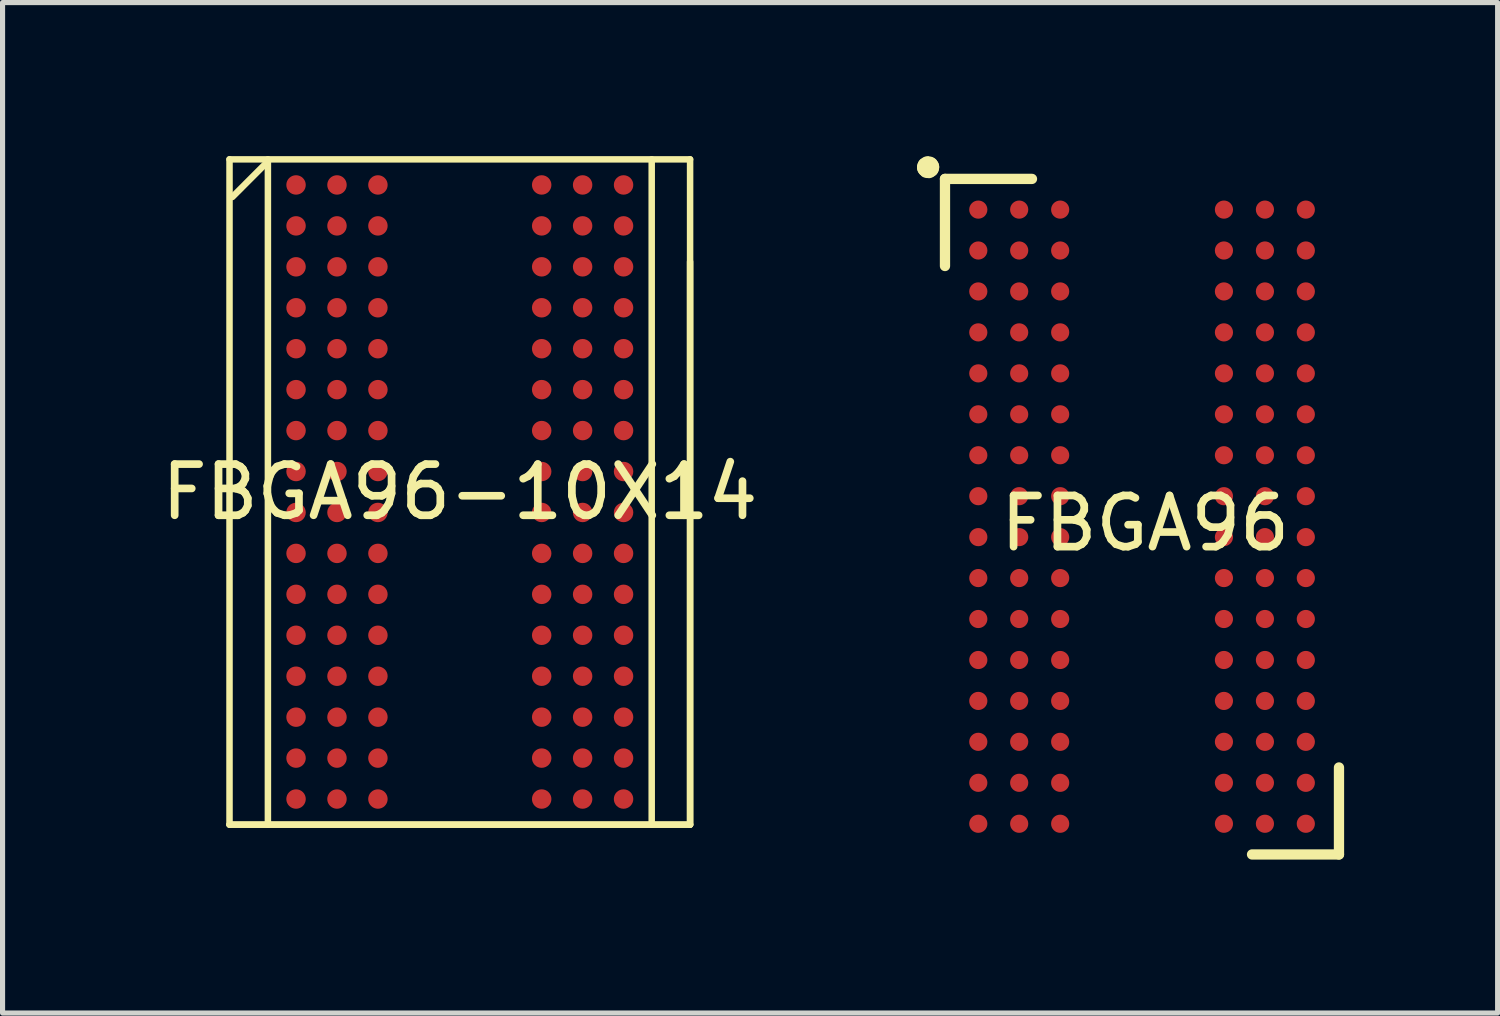
<source format=kicad_pcb>
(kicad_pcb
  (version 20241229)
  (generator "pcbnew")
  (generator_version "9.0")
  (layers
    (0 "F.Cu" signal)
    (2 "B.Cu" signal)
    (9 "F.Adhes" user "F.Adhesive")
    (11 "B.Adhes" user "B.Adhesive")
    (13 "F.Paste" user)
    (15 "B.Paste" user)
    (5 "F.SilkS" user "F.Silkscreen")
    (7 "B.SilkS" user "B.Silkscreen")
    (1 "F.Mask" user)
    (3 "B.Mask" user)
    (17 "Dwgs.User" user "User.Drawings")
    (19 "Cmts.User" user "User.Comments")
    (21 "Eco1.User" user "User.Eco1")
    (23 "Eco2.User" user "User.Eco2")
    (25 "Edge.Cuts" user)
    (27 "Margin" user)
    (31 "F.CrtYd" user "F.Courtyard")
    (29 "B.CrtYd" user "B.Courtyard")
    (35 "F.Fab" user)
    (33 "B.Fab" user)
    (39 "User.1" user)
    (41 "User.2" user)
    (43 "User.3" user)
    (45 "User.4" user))
  (footprint "FBGA96"
    (layer "F.Cu")
    (at 19.328 7.177)
    (property "Reference" "FBGA96" (at 0 0 0) (layer "F.SilkS") (effects (font (size 1 1) (thickness 0.15))))
    (fp_line (start -3.912 -6.731) (end -2.212 -6.731) (stroke (width 0.201) (type default)) (layer "F.SilkS"))
    (fp_line (start -3.912 -5.029) (end -3.912 -6.731) (stroke (width 0.201) (type default)) (layer "F.SilkS"))
    (fp_line (start 3.787 4.77) (end 3.787 6.47) (stroke (width 0.201) (type default)) (layer "F.SilkS"))
    (fp_line (start 3.787 6.47) (end 2.088 6.47) (stroke (width 0.201) (type default)) (layer "F.SilkS"))
    (fp_arc (start -4.2595 -6.962) (mid -4.240747 -6.977133) (end -4.2245 -6.9595) (stroke (width 0.399) (type default)) (layer "F.SilkS"))
    (fp_arc (start -4.2245 -6.9595) (mid -4.241005 -6.942028) (end -4.2595 -6.9575) (stroke (width 0.399) (type default)) (layer "F.SilkS"))
    (fp_line (start -0.056 -0.231) (end -0.005 -0.282) (stroke (width 0.013) (type default)) (layer "Eco2.User"))
    (pad "A1" smd circle (at -3.261 -6.131) (size 0.355 0.355) (layers "F.Cu" "F.Mask" "F.Paste"))
    (pad "A2" smd circle (at -2.462 -6.131) (size 0.355 0.355) (layers "F.Cu" "F.Mask" "F.Paste"))
    (pad "A3" smd circle (at -1.661 -6.131) (size 0.355 0.355) (layers "F.Cu" "F.Mask" "F.Paste"))
    (pad "A7" smd circle (at 1.539 -6.131) (size 0.355 0.355) (layers "F.Cu" "F.Mask" "F.Paste"))
    (pad "A8" smd circle (at 2.34 -6.131) (size 0.355 0.355) (layers "F.Cu" "F.Mask" "F.Paste"))
    (pad "A9" smd circle (at 3.139 -6.131) (size 0.355 0.355) (layers "F.Cu" "F.Mask" "F.Paste"))
    (pad "B1" smd circle (at -3.261 -5.332) (size 0.355 0.355) (layers "F.Cu" "F.Mask" "F.Paste"))
    (pad "B2" smd circle (at -2.462 -5.332) (size 0.355 0.355) (layers "F.Cu" "F.Mask" "F.Paste"))
    (pad "B3" smd circle (at -1.661 -5.332) (size 0.355 0.355) (layers "F.Cu" "F.Mask" "F.Paste"))
    (pad "B7" smd circle (at 1.539 -5.332) (size 0.355 0.355) (layers "F.Cu" "F.Mask" "F.Paste"))
    (pad "B8" smd circle (at 2.34 -5.332) (size 0.355 0.355) (layers "F.Cu" "F.Mask" "F.Paste"))
    (pad "B9" smd circle (at 3.139 -5.332) (size 0.355 0.355) (layers "F.Cu" "F.Mask" "F.Paste"))
    (pad "C1" smd circle (at -3.261 -4.532) (size 0.355 0.355) (layers "F.Cu" "F.Mask" "F.Paste"))
    (pad "C2" smd circle (at -2.462 -4.532) (size 0.355 0.355) (layers "F.Cu" "F.Mask" "F.Paste"))
    (pad "C3" smd circle (at -1.661 -4.532) (size 0.355 0.355) (layers "F.Cu" "F.Mask" "F.Paste"))
    (pad "C7" smd circle (at 1.539 -4.532) (size 0.355 0.355) (layers "F.Cu" "F.Mask" "F.Paste"))
    (pad "C8" smd circle (at 2.34 -4.532) (size 0.355 0.355) (layers "F.Cu" "F.Mask" "F.Paste"))
    (pad "C9" smd circle (at 3.139 -4.532) (size 0.355 0.355) (layers "F.Cu" "F.Mask" "F.Paste"))
    (pad "D1" smd circle (at -3.261 -3.732) (size 0.355 0.355) (layers "F.Cu" "F.Mask" "F.Paste"))
    (pad "D2" smd circle (at -2.462 -3.732) (size 0.355 0.355) (layers "F.Cu" "F.Mask" "F.Paste"))
    (pad "D3" smd circle (at -1.661 -3.732) (size 0.355 0.355) (layers "F.Cu" "F.Mask" "F.Paste"))
    (pad "D7" smd circle (at 1.539 -3.732) (size 0.355 0.355) (layers "F.Cu" "F.Mask" "F.Paste"))
    (pad "D8" smd circle (at 2.34 -3.732) (size 0.355 0.355) (layers "F.Cu" "F.Mask" "F.Paste"))
    (pad "D9" smd circle (at 3.139 -3.732) (size 0.355 0.355) (layers "F.Cu" "F.Mask" "F.Paste"))
    (pad "E1" smd circle (at -3.261 -2.931) (size 0.355 0.355) (layers "F.Cu" "F.Mask" "F.Paste"))
    (pad "E2" smd circle (at -2.462 -2.931) (size 0.355 0.355) (layers "F.Cu" "F.Mask" "F.Paste"))
    (pad "E3" smd circle (at -1.661 -2.931) (size 0.355 0.355) (layers "F.Cu" "F.Mask" "F.Paste"))
    (pad "E7" smd circle (at 1.539 -2.931) (size 0.355 0.355) (layers "F.Cu" "F.Mask" "F.Paste"))
    (pad "E8" smd circle (at 2.34 -2.931) (size 0.355 0.355) (layers "F.Cu" "F.Mask" "F.Paste"))
    (pad "E9" smd circle (at 3.139 -2.931) (size 0.355 0.355) (layers "F.Cu" "F.Mask" "F.Paste"))
    (pad "F1" smd circle (at -3.261 -2.131) (size 0.355 0.355) (layers "F.Cu" "F.Mask" "F.Paste"))
    (pad "F2" smd circle (at -2.462 -2.131) (size 0.355 0.355) (layers "F.Cu" "F.Mask" "F.Paste"))
    (pad "F3" smd circle (at -1.661 -2.131) (size 0.355 0.355) (layers "F.Cu" "F.Mask" "F.Paste"))
    (pad "F7" smd circle (at 1.539 -2.131) (size 0.355 0.355) (layers "F.Cu" "F.Mask" "F.Paste"))
    (pad "F8" smd circle (at 2.34 -2.131) (size 0.355 0.355) (layers "F.Cu" "F.Mask" "F.Paste"))
    (pad "F9" smd circle (at 3.139 -2.131) (size 0.355 0.355) (layers "F.Cu" "F.Mask" "F.Paste"))
    (pad "G1" smd circle (at -3.261 -1.331) (size 0.355 0.355) (layers "F.Cu" "F.Mask" "F.Paste"))
    (pad "G2" smd circle (at -2.462 -1.331) (size 0.355 0.355) (layers "F.Cu" "F.Mask" "F.Paste"))
    (pad "G3" smd circle (at -1.661 -1.331) (size 0.355 0.355) (layers "F.Cu" "F.Mask" "F.Paste"))
    (pad "G7" smd circle (at 1.539 -1.331) (size 0.355 0.355) (layers "F.Cu" "F.Mask" "F.Paste"))
    (pad "G8" smd circle (at 2.34 -1.331) (size 0.355 0.355) (layers "F.Cu" "F.Mask" "F.Paste"))
    (pad "G9" smd circle (at 3.139 -1.331) (size 0.355 0.355) (layers "F.Cu" "F.Mask" "F.Paste"))
    (pad "H1" smd circle (at -3.261 -0.531) (size 0.355 0.355) (layers "F.Cu" "F.Mask" "F.Paste"))
    (pad "H2" smd circle (at -2.462 -0.531) (size 0.355 0.355) (layers "F.Cu" "F.Mask" "F.Paste"))
    (pad "H3" smd circle (at -1.661 -0.531) (size 0.355 0.355) (layers "F.Cu" "F.Mask" "F.Paste"))
    (pad "H7" smd circle (at 1.539 -0.531) (size 0.355 0.355) (layers "F.Cu" "F.Mask" "F.Paste"))
    (pad "H8" smd circle (at 2.34 -0.531) (size 0.355 0.355) (layers "F.Cu" "F.Mask" "F.Paste"))
    (pad "H9" smd circle (at 3.139 -0.531) (size 0.355 0.355) (layers "F.Cu" "F.Mask" "F.Paste"))
    (pad "J1" smd circle (at -3.261 0.269) (size 0.355 0.355) (layers "F.Cu" "F.Mask" "F.Paste"))
    (pad "J2" smd circle (at -2.462 0.269) (size 0.355 0.355) (layers "F.Cu" "F.Mask" "F.Paste"))
    (pad "J3" smd circle (at -1.661 0.269) (size 0.355 0.355) (layers "F.Cu" "F.Mask" "F.Paste"))
    (pad "J7" smd circle (at 1.539 0.269) (size 0.355 0.355) (layers "F.Cu" "F.Mask" "F.Paste"))
    (pad "J8" smd circle (at 2.34 0.269) (size 0.355 0.355) (layers "F.Cu" "F.Mask" "F.Paste"))
    (pad "J9" smd circle (at 3.139 0.269) (size 0.355 0.355) (layers "F.Cu" "F.Mask" "F.Paste"))
    (pad "K1" smd circle (at -3.261 1.069) (size 0.355 0.355) (layers "F.Cu" "F.Mask" "F.Paste"))
    (pad "K2" smd circle (at -2.462 1.069) (size 0.355 0.355) (layers "F.Cu" "F.Mask" "F.Paste"))
    (pad "K3" smd circle (at -1.661 1.069) (size 0.355 0.355) (layers "F.Cu" "F.Mask" "F.Paste"))
    (pad "K7" smd circle (at 1.539 1.069) (size 0.355 0.355) (layers "F.Cu" "F.Mask" "F.Paste"))
    (pad "K8" smd circle (at 2.34 1.069) (size 0.355 0.355) (layers "F.Cu" "F.Mask" "F.Paste"))
    (pad "K9" smd circle (at 3.139 1.069) (size 0.355 0.355) (layers "F.Cu" "F.Mask" "F.Paste"))
    (pad "L1" smd circle (at -3.261 1.869) (size 0.355 0.355) (layers "F.Cu" "F.Mask" "F.Paste"))
    (pad "L2" smd circle (at -2.462 1.869) (size 0.355 0.355) (layers "F.Cu" "F.Mask" "F.Paste"))
    (pad "L3" smd circle (at -1.661 1.869) (size 0.355 0.355) (layers "F.Cu" "F.Mask" "F.Paste"))
    (pad "L7" smd circle (at 1.539 1.869) (size 0.355 0.355) (layers "F.Cu" "F.Mask" "F.Paste"))
    (pad "L8" smd circle (at 2.34 1.869) (size 0.355 0.355) (layers "F.Cu" "F.Mask" "F.Paste"))
    (pad "L9" smd circle (at 3.139 1.869) (size 0.355 0.355) (layers "F.Cu" "F.Mask" "F.Paste"))
    (pad "M1" smd circle (at -3.261 2.67) (size 0.355 0.355) (layers "F.Cu" "F.Mask" "F.Paste"))
    (pad "M2" smd circle (at -2.462 2.67) (size 0.355 0.355) (layers "F.Cu" "F.Mask" "F.Paste"))
    (pad "M3" smd circle (at -1.661 2.67) (size 0.355 0.355) (layers "F.Cu" "F.Mask" "F.Paste"))
    (pad "M7" smd circle (at 1.539 2.67) (size 0.355 0.355) (layers "F.Cu" "F.Mask" "F.Paste"))
    (pad "M8" smd circle (at 2.34 2.67) (size 0.355 0.355) (layers "F.Cu" "F.Mask" "F.Paste"))
    (pad "M9" smd circle (at 3.139 2.67) (size 0.355 0.355) (layers "F.Cu" "F.Mask" "F.Paste"))
    (pad "N1" smd circle (at -3.261 3.47) (size 0.355 0.355) (layers "F.Cu" "F.Mask" "F.Paste"))
    (pad "N2" smd circle (at -2.462 3.47) (size 0.355 0.355) (layers "F.Cu" "F.Mask" "F.Paste"))
    (pad "N3" smd circle (at -1.661 3.47) (size 0.355 0.355) (layers "F.Cu" "F.Mask" "F.Paste"))
    (pad "N7" smd circle (at 1.539 3.47) (size 0.355 0.355) (layers "F.Cu" "F.Mask" "F.Paste"))
    (pad "N8" smd circle (at 2.34 3.47) (size 0.355 0.355) (layers "F.Cu" "F.Mask" "F.Paste"))
    (pad "N9" smd circle (at 3.139 3.47) (size 0.355 0.355) (layers "F.Cu" "F.Mask" "F.Paste"))
    (pad "P1" smd circle (at -3.261 4.269) (size 0.355 0.355) (layers "F.Cu" "F.Mask" "F.Paste"))
    (pad "P2" smd circle (at -2.462 4.269) (size 0.355 0.355) (layers "F.Cu" "F.Mask" "F.Paste"))
    (pad "P3" smd circle (at -1.661 4.269) (size 0.355 0.355) (layers "F.Cu" "F.Mask" "F.Paste"))
    (pad "P7" smd circle (at 1.539 4.269) (size 0.355 0.355) (layers "F.Cu" "F.Mask" "F.Paste"))
    (pad "P8" smd circle (at 2.34 4.269) (size 0.355 0.355) (layers "F.Cu" "F.Mask" "F.Paste"))
    (pad "P9" smd circle (at 3.139 4.269) (size 0.355 0.355) (layers "F.Cu" "F.Mask" "F.Paste"))
    (pad "R1" smd circle (at -3.261 5.07) (size 0.355 0.355) (layers "F.Cu" "F.Mask" "F.Paste"))
    (pad "R2" smd circle (at -2.462 5.07) (size 0.355 0.355) (layers "F.Cu" "F.Mask" "F.Paste"))
    (pad "R3" smd circle (at -1.661 5.07) (size 0.355 0.355) (layers "F.Cu" "F.Mask" "F.Paste"))
    (pad "R7" smd circle (at 1.539 5.07) (size 0.355 0.355) (layers "F.Cu" "F.Mask" "F.Paste"))
    (pad "R8" smd circle (at 2.34 5.07) (size 0.355 0.355) (layers "F.Cu" "F.Mask" "F.Paste"))
    (pad "R9" smd circle (at 3.139 5.07) (size 0.355 0.355) (layers "F.Cu" "F.Mask" "F.Paste"))
    (pad "T1" smd circle (at -3.261 5.87) (size 0.355 0.355) (layers "F.Cu" "F.Mask" "F.Paste"))
    (pad "T2" smd circle (at -2.462 5.87) (size 0.355 0.355) (layers "F.Cu" "F.Mask" "F.Paste"))
    (pad "T3" smd circle (at -1.661 5.87) (size 0.355 0.355) (layers "F.Cu" "F.Mask" "F.Paste"))
    (pad "T7" smd circle (at 1.539 5.87) (size 0.355 0.355) (layers "F.Cu" "F.Mask" "F.Paste"))
    (pad "T8" smd circle (at 2.34 5.87) (size 0.355 0.355) (layers "F.Cu" "F.Mask" "F.Paste"))
    (pad "T9" smd circle (at 3.139 5.87) (size 0.355 0.355) (layers "F.Cu" "F.Mask" "F.Paste")))
  (footprint "FBGA96-10X14"
    (layer "F.Cu")
    (at 5.935 6.564)
    (property "Reference" "FBGA96-10X14" (at 0 0 0) (layer "F.SilkS") (effects (font (size 1 1) (thickness 0.15))))
    (fp_line (start -4.5 -6.5) (end -4.5 6.5) (stroke (width 0.127) (type default)) (layer "F.SilkS"))
    (fp_line (start -3.784 -6.426) (end -4.444 -5.765) (stroke (width 0.127) (type default)) (layer "F.SilkS"))
    (fp_line (start -3.75 -6.5) (end -3.75 6.5) (stroke (width 0.127) (type default)) (layer "F.SilkS"))
    (fp_line (start 3.75 -6.5) (end 3.75 6.5) (stroke (width 0.127) (type default)) (layer "F.SilkS"))
    (fp_line (start 4.5 -6.5) (end -4.5 -6.5) (stroke (width 0.127) (type default)) (layer "F.SilkS"))
    (fp_line (start 4.5 -6.5) (end 4.5 6.5) (stroke (width 0.127) (type default)) (layer "F.SilkS"))
    (fp_line (start 4.5 -4.5) (end 4.5 6.5) (stroke (width 0.127) (type default)) (layer "F.SilkS"))
    (fp_line (start 4.5 6.5) (end -4.5 6.5) (stroke (width 0.127) (type default)) (layer "F.SilkS"))
    (fp_line (start 4.5 6.5) (end -4.5 6.5) (stroke (width 0.127) (type default)) (layer "F.SilkS"))
    (pad "A1" smd circle (at -3.2 -6) (size 0.38 0.38) (layers "F.Cu" "F.Mask" "F.Paste"))
    (pad "A2" smd circle (at -2.4 -6) (size 0.38 0.38) (layers "F.Cu" "F.Mask" "F.Paste"))
    (pad "A3" smd circle (at -1.6 -6) (size 0.38 0.38) (layers "F.Cu" "F.Mask" "F.Paste"))
    (pad "A7" smd circle (at 1.6 -6) (size 0.38 0.38) (layers "F.Cu" "F.Mask" "F.Paste"))
    (pad "A8" smd circle (at 2.4 -6) (size 0.38 0.38) (layers "F.Cu" "F.Mask" "F.Paste"))
    (pad "A9" smd circle (at 3.2 -6) (size 0.38 0.38) (layers "F.Cu" "F.Mask" "F.Paste"))
    (pad "B1" smd circle (at -3.2 -5.2) (size 0.38 0.38) (layers "F.Cu" "F.Mask" "F.Paste"))
    (pad "B2" smd circle (at -2.4 -5.2) (size 0.38 0.38) (layers "F.Cu" "F.Mask" "F.Paste"))
    (pad "B3" smd circle (at -1.6 -5.2) (size 0.38 0.38) (layers "F.Cu" "F.Mask" "F.Paste"))
    (pad "B7" smd circle (at 1.6 -5.2) (size 0.38 0.38) (layers "F.Cu" "F.Mask" "F.Paste"))
    (pad "B8" smd circle (at 2.4 -5.2) (size 0.38 0.38) (layers "F.Cu" "F.Mask" "F.Paste"))
    (pad "B9" smd circle (at 3.2 -5.2) (size 0.38 0.38) (layers "F.Cu" "F.Mask" "F.Paste"))
    (pad "C1" smd circle (at -3.2 -4.4) (size 0.38 0.38) (layers "F.Cu" "F.Mask" "F.Paste"))
    (pad "C2" smd circle (at -2.4 -4.4) (size 0.38 0.38) (layers "F.Cu" "F.Mask" "F.Paste"))
    (pad "C3" smd circle (at -1.6 -4.4) (size 0.38 0.38) (layers "F.Cu" "F.Mask" "F.Paste"))
    (pad "C7" smd circle (at 1.6 -4.4) (size 0.38 0.38) (layers "F.Cu" "F.Mask" "F.Paste"))
    (pad "C8" smd circle (at 2.4 -4.4) (size 0.38 0.38) (layers "F.Cu" "F.Mask" "F.Paste"))
    (pad "C9" smd circle (at 3.2 -4.4) (size 0.38 0.38) (layers "F.Cu" "F.Mask" "F.Paste"))
    (pad "D1" smd circle (at -3.2 -3.6) (size 0.38 0.38) (layers "F.Cu" "F.Mask" "F.Paste"))
    (pad "D2" smd circle (at -2.4 -3.6) (size 0.38 0.38) (layers "F.Cu" "F.Mask" "F.Paste"))
    (pad "D3" smd circle (at -1.6 -3.6) (size 0.38 0.38) (layers "F.Cu" "F.Mask" "F.Paste"))
    (pad "D7" smd circle (at 1.6 -3.6) (size 0.38 0.38) (layers "F.Cu" "F.Mask" "F.Paste"))
    (pad "D8" smd circle (at 2.4 -3.6) (size 0.38 0.38) (layers "F.Cu" "F.Mask" "F.Paste"))
    (pad "D9" smd circle (at 3.2 -3.6) (size 0.38 0.38) (layers "F.Cu" "F.Mask" "F.Paste"))
    (pad "E1" smd circle (at -3.2 -2.8) (size 0.38 0.38) (layers "F.Cu" "F.Mask" "F.Paste"))
    (pad "E2" smd circle (at -2.4 -2.8) (size 0.38 0.38) (layers "F.Cu" "F.Mask" "F.Paste"))
    (pad "E3" smd circle (at -1.6 -2.8) (size 0.38 0.38) (layers "F.Cu" "F.Mask" "F.Paste"))
    (pad "E7" smd circle (at 1.6 -2.8) (size 0.38 0.38) (layers "F.Cu" "F.Mask" "F.Paste"))
    (pad "E8" smd circle (at 2.4 -2.8) (size 0.38 0.38) (layers "F.Cu" "F.Mask" "F.Paste"))
    (pad "E9" smd circle (at 3.2 -2.8) (size 0.38 0.38) (layers "F.Cu" "F.Mask" "F.Paste"))
    (pad "F1" smd circle (at -3.2 -2) (size 0.38 0.38) (layers "F.Cu" "F.Mask" "F.Paste"))
    (pad "F2" smd circle (at -2.4 -2) (size 0.38 0.38) (layers "F.Cu" "F.Mask" "F.Paste"))
    (pad "F3" smd circle (at -1.6 -2) (size 0.38 0.38) (layers "F.Cu" "F.Mask" "F.Paste"))
    (pad "F7" smd circle (at 1.6 -2) (size 0.38 0.38) (layers "F.Cu" "F.Mask" "F.Paste"))
    (pad "F8" smd circle (at 2.4 -2) (size 0.38 0.38) (layers "F.Cu" "F.Mask" "F.Paste"))
    (pad "F9" smd circle (at 3.2 -2) (size 0.38 0.38) (layers "F.Cu" "F.Mask" "F.Paste"))
    (pad "G1" smd circle (at -3.2 -1.2) (size 0.38 0.38) (layers "F.Cu" "F.Mask" "F.Paste"))
    (pad "G2" smd circle (at -2.4 -1.2) (size 0.38 0.38) (layers "F.Cu" "F.Mask" "F.Paste"))
    (pad "G3" smd circle (at -1.6 -1.2) (size 0.38 0.38) (layers "F.Cu" "F.Mask" "F.Paste"))
    (pad "G7" smd circle (at 1.6 -1.2) (size 0.38 0.38) (layers "F.Cu" "F.Mask" "F.Paste"))
    (pad "G8" smd circle (at 2.4 -1.2) (size 0.38 0.38) (layers "F.Cu" "F.Mask" "F.Paste"))
    (pad "G9" smd circle (at 3.2 -1.2) (size 0.38 0.38) (layers "F.Cu" "F.Mask" "F.Paste"))
    (pad "H1" smd circle (at -3.2 -0.4) (size 0.38 0.38) (layers "F.Cu" "F.Mask" "F.Paste"))
    (pad "H2" smd circle (at -2.4 -0.4) (size 0.38 0.38) (layers "F.Cu" "F.Mask" "F.Paste"))
    (pad "H3" smd circle (at -1.6 -0.4) (size 0.38 0.38) (layers "F.Cu" "F.Mask" "F.Paste"))
    (pad "H7" smd circle (at 1.6 -0.4) (size 0.38 0.38) (layers "F.Cu" "F.Mask" "F.Paste"))
    (pad "H8" smd circle (at 2.4 -0.4) (size 0.38 0.38) (layers "F.Cu" "F.Mask" "F.Paste"))
    (pad "H9" smd circle (at 3.2 -0.4) (size 0.38 0.38) (layers "F.Cu" "F.Mask" "F.Paste"))
    (pad "J1" smd circle (at -3.2 0.4) (size 0.38 0.38) (layers "F.Cu" "F.Mask" "F.Paste"))
    (pad "J2" smd circle (at -2.4 0.4) (size 0.38 0.38) (layers "F.Cu" "F.Mask" "F.Paste"))
    (pad "J3" smd circle (at -1.6 0.4) (size 0.38 0.38) (layers "F.Cu" "F.Mask" "F.Paste"))
    (pad "J7" smd circle (at 1.6 0.4) (size 0.38 0.38) (layers "F.Cu" "F.Mask" "F.Paste"))
    (pad "J8" smd circle (at 2.4 0.4) (size 0.38 0.38) (layers "F.Cu" "F.Mask" "F.Paste"))
    (pad "J9" smd circle (at 3.2 0.4) (size 0.38 0.38) (layers "F.Cu" "F.Mask" "F.Paste"))
    (pad "K1" smd circle (at -3.2 1.2) (size 0.38 0.38) (layers "F.Cu" "F.Mask" "F.Paste"))
    (pad "K2" smd circle (at -2.4 1.2) (size 0.38 0.38) (layers "F.Cu" "F.Mask" "F.Paste"))
    (pad "K3" smd circle (at -1.6 1.2) (size 0.38 0.38) (layers "F.Cu" "F.Mask" "F.Paste"))
    (pad "K7" smd circle (at 1.6 1.2) (size 0.38 0.38) (layers "F.Cu" "F.Mask" "F.Paste"))
    (pad "K8" smd circle (at 2.4 1.2) (size 0.38 0.38) (layers "F.Cu" "F.Mask" "F.Paste"))
    (pad "K9" smd circle (at 3.2 1.2) (size 0.38 0.38) (layers "F.Cu" "F.Mask" "F.Paste"))
    (pad "L1" smd circle (at -3.2 2) (size 0.38 0.38) (layers "F.Cu" "F.Mask" "F.Paste"))
    (pad "L2" smd circle (at -2.4 2) (size 0.38 0.38) (layers "F.Cu" "F.Mask" "F.Paste"))
    (pad "L3" smd circle (at -1.6 2) (size 0.38 0.38) (layers "F.Cu" "F.Mask" "F.Paste"))
    (pad "L7" smd circle (at 1.6 2) (size 0.38 0.38) (layers "F.Cu" "F.Mask" "F.Paste"))
    (pad "L8" smd circle (at 2.4 2) (size 0.38 0.38) (layers "F.Cu" "F.Mask" "F.Paste"))
    (pad "L9" smd circle (at 3.2 2) (size 0.38 0.38) (layers "F.Cu" "F.Mask" "F.Paste"))
    (pad "M1" smd circle (at -3.2 2.8) (size 0.38 0.38) (layers "F.Cu" "F.Mask" "F.Paste"))
    (pad "M2" smd circle (at -2.4 2.8) (size 0.38 0.38) (layers "F.Cu" "F.Mask" "F.Paste"))
    (pad "M3" smd circle (at -1.6 2.8) (size 0.38 0.38) (layers "F.Cu" "F.Mask" "F.Paste"))
    (pad "M7" smd circle (at 1.6 2.8) (size 0.38 0.38) (layers "F.Cu" "F.Mask" "F.Paste"))
    (pad "M8" smd circle (at 2.4 2.8) (size 0.38 0.38) (layers "F.Cu" "F.Mask" "F.Paste"))
    (pad "M9" smd circle (at 3.2 2.8) (size 0.38 0.38) (layers "F.Cu" "F.Mask" "F.Paste"))
    (pad "N1" smd circle (at -3.2 3.6) (size 0.38 0.38) (layers "F.Cu" "F.Mask" "F.Paste"))
    (pad "N2" smd circle (at -2.4 3.6) (size 0.38 0.38) (layers "F.Cu" "F.Mask" "F.Paste"))
    (pad "N3" smd circle (at -1.6 3.6) (size 0.38 0.38) (layers "F.Cu" "F.Mask" "F.Paste"))
    (pad "N7" smd circle (at 1.6 3.6) (size 0.38 0.38) (layers "F.Cu" "F.Mask" "F.Paste"))
    (pad "N8" smd circle (at 2.4 3.6) (size 0.38 0.38) (layers "F.Cu" "F.Mask" "F.Paste"))
    (pad "N9" smd circle (at 3.2 3.6) (size 0.38 0.38) (layers "F.Cu" "F.Mask" "F.Paste"))
    (pad "P1" smd circle (at -3.2 4.4) (size 0.38 0.38) (layers "F.Cu" "F.Mask" "F.Paste"))
    (pad "P2" smd circle (at -2.4 4.4) (size 0.38 0.38) (layers "F.Cu" "F.Mask" "F.Paste"))
    (pad "P3" smd circle (at -1.6 4.4) (size 0.38 0.38) (layers "F.Cu" "F.Mask" "F.Paste"))
    (pad "P7" smd circle (at 1.6 4.4) (size 0.38 0.38) (layers "F.Cu" "F.Mask" "F.Paste"))
    (pad "P8" smd circle (at 2.4 4.4) (size 0.38 0.38) (layers "F.Cu" "F.Mask" "F.Paste"))
    (pad "P9" smd circle (at 3.2 4.4) (size 0.38 0.38) (layers "F.Cu" "F.Mask" "F.Paste"))
    (pad "R1" smd circle (at -3.2 5.2) (size 0.38 0.38) (layers "F.Cu" "F.Mask" "F.Paste"))
    (pad "R2" smd circle (at -2.4 5.2) (size 0.38 0.38) (layers "F.Cu" "F.Mask" "F.Paste"))
    (pad "R3" smd circle (at -1.6 5.2) (size 0.38 0.38) (layers "F.Cu" "F.Mask" "F.Paste"))
    (pad "R7" smd circle (at 1.6 5.2) (size 0.38 0.38) (layers "F.Cu" "F.Mask" "F.Paste"))
    (pad "R8" smd circle (at 2.4 5.2) (size 0.38 0.38) (layers "F.Cu" "F.Mask" "F.Paste"))
    (pad "R9" smd circle (at 3.2 5.2) (size 0.38 0.38) (layers "F.Cu" "F.Mask" "F.Paste"))
    (pad "T1" smd circle (at -3.2 6) (size 0.38 0.38) (layers "F.Cu" "F.Mask" "F.Paste"))
    (pad "T2" smd circle (at -2.4 6) (size 0.38 0.38) (layers "F.Cu" "F.Mask" "F.Paste"))
    (pad "T3" smd circle (at -1.6 6) (size 0.38 0.38) (layers "F.Cu" "F.Mask" "F.Paste"))
    (pad "T7" smd circle (at 1.6 6) (size 0.38 0.38) (layers "F.Cu" "F.Mask" "F.Paste"))
    (pad "T8" smd circle (at 2.4 6) (size 0.38 0.38) (layers "F.Cu" "F.Mask" "F.Paste"))
    (pad "T9" smd circle (at 3.2 6) (size 0.38 0.38) (layers "F.Cu" "F.Mask" "F.Paste")))
  (gr_rect
    (start -3 -3)
    (end 26.215 16.746)
    (stroke (width 0.1) (type default))
    (fill no)
    (layer "Edge.Cuts")))
</source>
